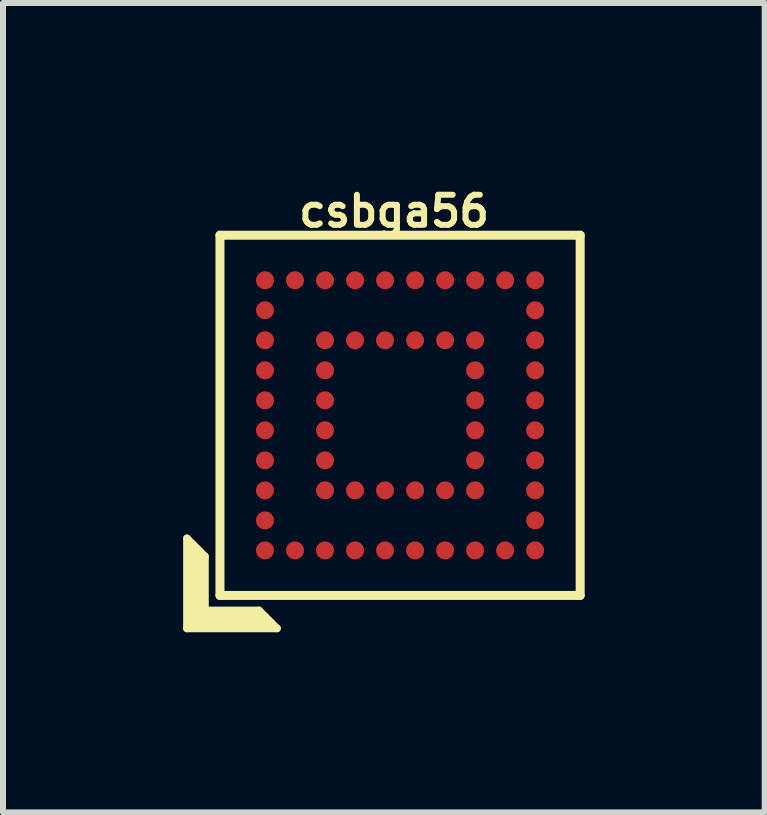
<source format=kicad_pcb>
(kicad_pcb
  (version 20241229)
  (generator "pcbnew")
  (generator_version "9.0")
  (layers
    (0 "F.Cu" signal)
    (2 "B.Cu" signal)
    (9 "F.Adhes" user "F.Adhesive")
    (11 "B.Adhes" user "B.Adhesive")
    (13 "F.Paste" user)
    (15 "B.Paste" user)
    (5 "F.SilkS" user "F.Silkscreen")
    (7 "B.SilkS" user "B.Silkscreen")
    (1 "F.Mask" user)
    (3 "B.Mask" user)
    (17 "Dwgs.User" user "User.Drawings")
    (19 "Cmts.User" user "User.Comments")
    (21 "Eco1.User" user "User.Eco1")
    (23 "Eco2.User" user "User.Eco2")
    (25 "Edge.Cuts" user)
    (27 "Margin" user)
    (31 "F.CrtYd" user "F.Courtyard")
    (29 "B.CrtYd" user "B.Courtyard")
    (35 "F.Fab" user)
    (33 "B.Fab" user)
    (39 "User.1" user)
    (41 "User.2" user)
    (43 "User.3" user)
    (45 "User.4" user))
  (footprint "csbga56"
    (layer "F.Cu")
    (at 3.614 3.868)
    (property "Reference" "csbga56" (at -0.1 -3.4 0) (layer "F.SilkS") (effects (font (size 0.5 0.5) (thickness 0.1))))
    (attr through_hole)
    (fp_line (start -3.55 2.05) (end -3.25 2.35) (stroke (width 0.127) (type solid)) (layer "F.SilkS"))
    (fp_line (start -3.55 3.55) (end -3.55 2.05) (stroke (width 0.127) (type solid)) (layer "F.SilkS"))
    (fp_line (start -3.45 2.15) (end -3.45 3.45) (stroke (width 0.127) (type solid)) (layer "F.SilkS"))
    (fp_line (start -3.45 3.45) (end -2.15 3.45) (stroke (width 0.127) (type solid)) (layer "F.SilkS"))
    (fp_line (start -3.35 3.35) (end -3.35 2.25) (stroke (width 0.127) (type solid)) (layer "F.SilkS"))
    (fp_line (start -3.25 2.35) (end -3.25 3.25) (stroke (width 0.127) (type solid)) (layer "F.SilkS"))
    (fp_line (start -3.25 3.25) (end -2.35 3.25) (stroke (width 0.127) (type solid)) (layer "F.SilkS"))
    (fp_line (start -3 -3) (end 3 -3) (stroke (width 0.15) (type solid)) (layer "F.SilkS"))
    (fp_line (start -3 3) (end -3 -3) (stroke (width 0.15) (type solid)) (layer "F.SilkS"))
    (fp_line (start -2.35 3.25) (end -2.05 3.55) (stroke (width 0.127) (type solid)) (layer "F.SilkS"))
    (fp_line (start -2.25 3.35) (end -3.35 3.35) (stroke (width 0.127) (type solid)) (layer "F.SilkS"))
    (fp_line (start -2.05 3.55) (end -3.55 3.55) (stroke (width 0.127) (type solid)) (layer "F.SilkS"))
    (fp_line (start 3 -3) (end 3 3) (stroke (width 0.15) (type solid)) (layer "F.SilkS"))
    (fp_line (start 3 3) (end -3 3) (stroke (width 0.15) (type solid)) (layer "F.SilkS"))
    (pad "A1" smd circle (at -2.25 2.25) (size 0.3 0.3) (layers "F.Cu" "F.Mask" "F.Paste"))
    (pad "A2" smd circle (at -2.25 1.75) (size 0.3 0.3) (layers "F.Cu" "F.Mask" "F.Paste"))
    (pad "A3" smd circle (at -2.25 1.25) (size 0.3 0.3) (layers "F.Cu" "F.Mask" "F.Paste"))
    (pad "A4" smd circle (at -2.25 0.75) (size 0.3 0.3) (layers "F.Cu" "F.Mask" "F.Paste"))
    (pad "A5" smd circle (at -2.25 0.25) (size 0.3 0.3) (layers "F.Cu" "F.Mask" "F.Paste"))
    (pad "A6" smd circle (at -2.25 -0.25) (size 0.3 0.3) (layers "F.Cu" "F.Mask" "F.Paste"))
    (pad "A7" smd circle (at -2.25 -0.75) (size 0.3 0.3) (layers "F.Cu" "F.Mask" "F.Paste"))
    (pad "A8" smd circle (at -2.25 -1.25) (size 0.3 0.3) (layers "F.Cu" "F.Mask" "F.Paste"))
    (pad "A9" smd circle (at -2.25 -1.75) (size 0.3 0.3) (layers "F.Cu" "F.Mask" "F.Paste"))
    (pad "A10" smd circle (at -2.25 -2.25) (size 0.3 0.3) (layers "F.Cu" "F.Mask" "F.Paste"))
    (pad "B1" smd circle (at -1.75 2.25) (size 0.3 0.3) (layers "F.Cu" "F.Mask" "F.Paste"))
    (pad "B10" smd circle (at -1.75 -2.25) (size 0.3 0.3) (layers "F.Cu" "F.Mask" "F.Paste"))
    (pad "C1" smd circle (at -1.25 2.25) (size 0.3 0.3) (layers "F.Cu" "F.Mask" "F.Paste"))
    (pad "C3" smd circle (at -1.25 1.25) (size 0.3 0.3) (layers "F.Cu" "F.Mask" "F.Paste"))
    (pad "C4" smd circle (at -1.25 0.75) (size 0.3 0.3) (layers "F.Cu" "F.Mask" "F.Paste"))
    (pad "C6" smd circle (at -1.25 -0.25) (size 0.3 0.3) (layers "F.Cu" "F.Mask" "F.Paste"))
    (pad "C7" smd circle (at -1.25 -0.75) (size 0.3 0.3) (layers "F.Cu" "F.Mask" "F.Paste"))
    (pad "C8" smd circle (at -1.25 -1.25) (size 0.3 0.3) (layers "F.Cu" "F.Mask" "F.Paste"))
    (pad "C10" smd circle (at -1.25 -2.25) (size 0.3 0.3) (layers "F.Cu" "F.Mask" "F.Paste"))
    (pad "D1" smd circle (at -0.75 2.25) (size 0.3 0.3) (layers "F.Cu" "F.Mask" "F.Paste"))
    (pad "D3" smd circle (at -0.75 1.25) (size 0.3 0.3) (layers "F.Cu" "F.Mask" "F.Paste"))
    (pad "D8" smd circle (at -0.75 -1.25) (size 0.3 0.3) (layers "F.Cu" "F.Mask" "F.Paste"))
    (pad "D10" smd circle (at -0.75 -2.25) (size 0.3 0.3) (layers "F.Cu" "F.Mask" "F.Paste"))
    (pad "E1" smd circle (at -0.25 2.25) (size 0.3 0.3) (layers "F.Cu" "F.Mask" "F.Paste"))
    (pad "E3" smd circle (at -1.25 0.25) (size 0.3 0.3) (layers "F.Cu" "F.Mask" "F.Paste"))
    (pad "E3" smd circle (at -0.25 1.25) (size 0.3 0.3) (layers "F.Cu" "F.Mask" "F.Paste"))
    (pad "E8" smd circle (at -0.25 -1.25) (size 0.3 0.3) (layers "F.Cu" "F.Mask" "F.Paste"))
    (pad "E10" smd circle (at -0.25 -2.25) (size 0.3 0.3) (layers "F.Cu" "F.Mask" "F.Paste"))
    (pad "F1" smd circle (at 0.25 2.25) (size 0.3 0.3) (layers "F.Cu" "F.Mask" "F.Paste"))
    (pad "F3" smd circle (at 0.25 1.25) (size 0.3 0.3) (layers "F.Cu" "F.Mask" "F.Paste"))
    (pad "F8" smd circle (at 0.25 -1.25) (size 0.3 0.3) (layers "F.Cu" "F.Mask" "F.Paste"))
    (pad "F10" smd circle (at 0.25 -2.25) (size 0.3 0.3) (layers "F.Cu" "F.Mask" "F.Paste"))
    (pad "G1" smd circle (at 0.75 2.25) (size 0.3 0.3) (layers "F.Cu" "F.Mask" "F.Paste"))
    (pad "G3" smd circle (at 0.75 1.25) (size 0.3 0.3) (layers "F.Cu" "F.Mask" "F.Paste"))
    (pad "G8" smd circle (at 0.75 -1.25) (size 0.3 0.3) (layers "F.Cu" "F.Mask" "F.Paste"))
    (pad "G10" smd circle (at 0.75 -2.25) (size 0.3 0.3) (layers "F.Cu" "F.Mask" "F.Paste"))
    (pad "H1" smd circle (at 1.25 2.25) (size 0.3 0.3) (layers "F.Cu" "F.Mask" "F.Paste"))
    (pad "H3" smd circle (at 1.25 1.25) (size 0.3 0.3) (layers "F.Cu" "F.Mask" "F.Paste"))
    (pad "H4" smd circle (at 1.25 0.75) (size 0.3 0.3) (layers "F.Cu" "F.Mask" "F.Paste"))
    (pad "H5" smd circle (at 1.25 0.25) (size 0.3 0.3) (layers "F.Cu" "F.Mask" "F.Paste"))
    (pad "H6" smd circle (at 1.25 -0.25) (size 0.3 0.3) (layers "F.Cu" "F.Mask" "F.Paste"))
    (pad "H7" smd circle (at 1.25 -0.75) (size 0.3 0.3) (layers "F.Cu" "F.Mask" "F.Paste"))
    (pad "H8" smd circle (at 1.25 -1.25) (size 0.3 0.3) (layers "F.Cu" "F.Mask" "F.Paste"))
    (pad "H10" smd circle (at 1.25 -2.25) (size 0.3 0.3) (layers "F.Cu" "F.Mask" "F.Paste"))
    (pad "J1" smd circle (at 1.75 2.25) (size 0.3 0.3) (layers "F.Cu" "F.Mask" "F.Paste"))
    (pad "J10" smd circle (at 1.75 -2.25) (size 0.3 0.3) (layers "F.Cu" "F.Mask" "F.Paste"))
    (pad "K1" smd circle (at 2.25 2.25) (size 0.3 0.3) (layers "F.Cu" "F.Mask" "F.Paste"))
    (pad "K2" smd circle (at 2.25 1.75) (size 0.3 0.3) (layers "F.Cu" "F.Mask" "F.Paste"))
    (pad "K3" smd circle (at 2.25 1.25) (size 0.3 0.3) (layers "F.Cu" "F.Mask" "F.Paste"))
    (pad "K4" smd circle (at 2.25 0.75) (size 0.3 0.3) (layers "F.Cu" "F.Mask" "F.Paste"))
    (pad "K5" smd circle (at 2.25 0.25) (size 0.3 0.3) (layers "F.Cu" "F.Mask" "F.Paste"))
    (pad "K6" smd circle (at 2.25 -0.25) (size 0.3 0.3) (layers "F.Cu" "F.Mask" "F.Paste"))
    (pad "K7" smd circle (at 2.25 -0.75) (size 0.3 0.3) (layers "F.Cu" "F.Mask" "F.Paste"))
    (pad "K8" smd circle (at 2.25 -1.25) (size 0.3 0.3) (layers "F.Cu" "F.Mask" "F.Paste"))
    (pad "K9" smd circle (at 2.25 -1.75) (size 0.3 0.3) (layers "F.Cu" "F.Mask" "F.Paste"))
    (pad "K10" smd circle (at 2.25 -2.25) (size 0.3 0.3) (layers "F.Cu" "F.Mask" "F.Paste")))
  (gr_rect
    (start -3 -3)
    (end 9.688 10.482)
    (stroke (width 0.1) (type default))
    (fill no)
    (layer "Edge.Cuts")))
</source>
